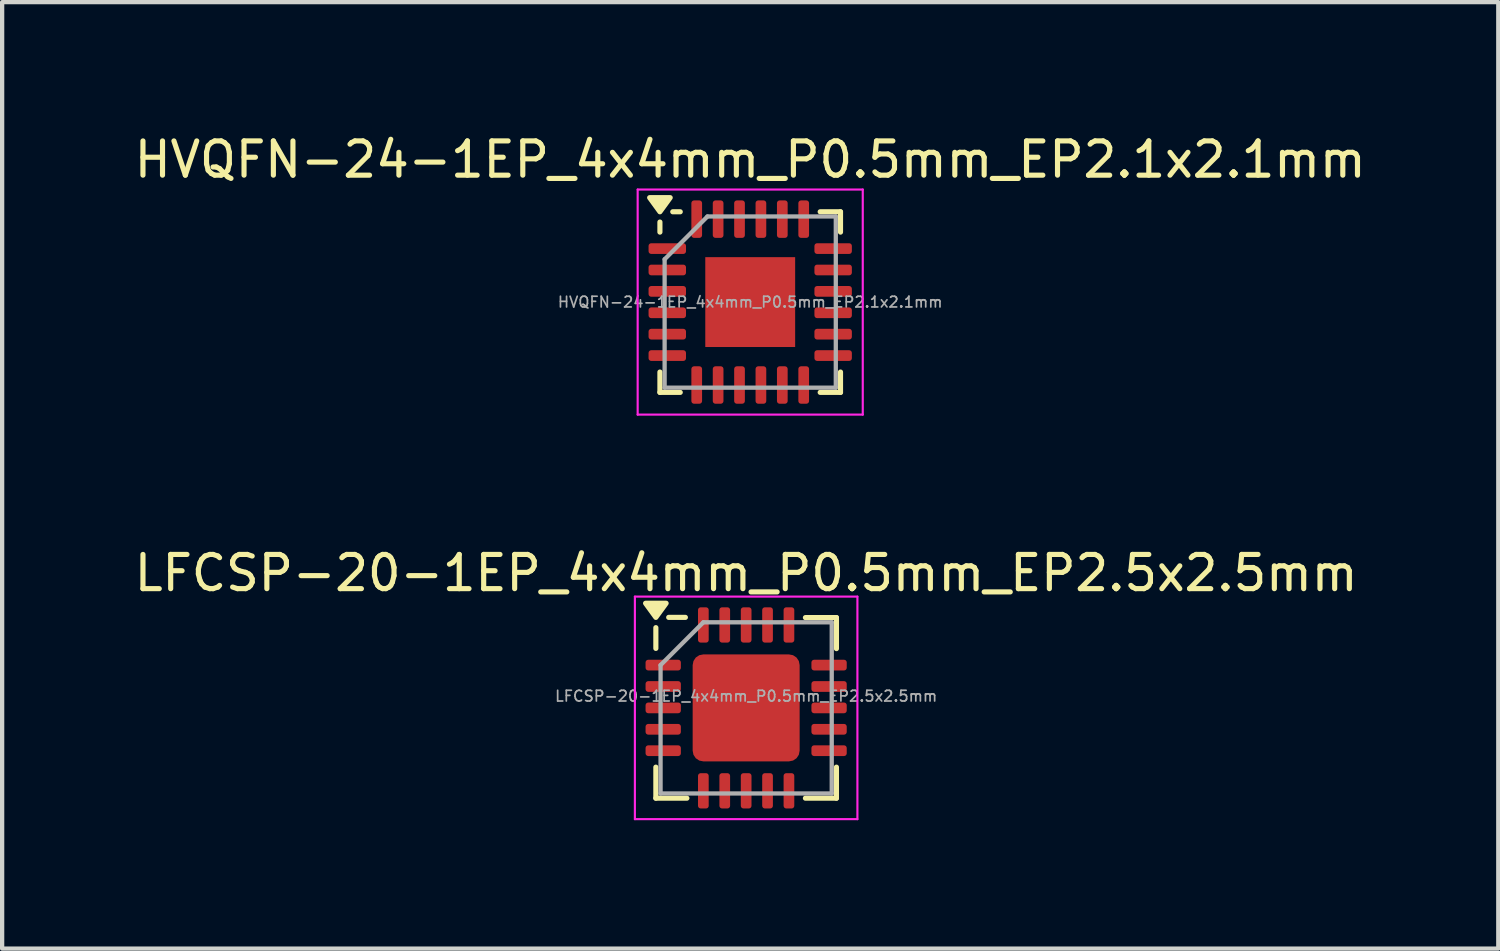
<source format=kicad_pcb>
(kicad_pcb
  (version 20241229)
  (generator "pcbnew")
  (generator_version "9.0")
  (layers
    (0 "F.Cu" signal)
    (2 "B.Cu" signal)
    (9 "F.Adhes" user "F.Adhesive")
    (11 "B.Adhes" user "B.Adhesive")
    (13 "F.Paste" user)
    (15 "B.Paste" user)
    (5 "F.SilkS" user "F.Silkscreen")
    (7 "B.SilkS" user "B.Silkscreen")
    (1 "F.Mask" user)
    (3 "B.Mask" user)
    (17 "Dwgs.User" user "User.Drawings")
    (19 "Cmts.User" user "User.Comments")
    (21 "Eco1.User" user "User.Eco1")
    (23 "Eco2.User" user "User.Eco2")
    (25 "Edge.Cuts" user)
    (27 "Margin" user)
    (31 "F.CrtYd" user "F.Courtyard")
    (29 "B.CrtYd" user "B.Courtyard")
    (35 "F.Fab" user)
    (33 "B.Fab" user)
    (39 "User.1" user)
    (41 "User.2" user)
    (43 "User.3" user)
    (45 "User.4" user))
  (footprint "LFCSP-20-1EP_4x4mm_P0.5mm_EP2.5x2.5mm"
    (layer "F.Cu")
    (at 14.386 13.492)
    (property "Reference" "LFCSP-20-1EP_4x4mm_P0.5mm_EP2.5x2.5mm" (at 0 -3.15 0) (layer "F.SilkS") (effects (font (size 0.8 0.8) (thickness 0.12))))
    (attr smd)
    (fp_line (start -2.11 -1.39) (end -2.11 -1.875) (stroke (width 0.12) (type solid)) (layer "F.SilkS"))
    (fp_line (start -2.11 2.11) (end -2.11 1.385) (stroke (width 0.12) (type solid)) (layer "F.SilkS"))
    (fp_line (start -1.42 -2.115) (end -1.81 -2.115) (stroke (width 0.12) (type solid)) (layer "F.SilkS"))
    (fp_line (start -1.385 2.11) (end -2.11 2.11) (stroke (width 0.12) (type solid)) (layer "F.SilkS"))
    (fp_line (start 1.385 -2.11) (end 2.11 -2.11) (stroke (width 0.12) (type solid)) (layer "F.SilkS"))
    (fp_line (start 1.385 2.11) (end 2.11 2.11) (stroke (width 0.12) (type solid)) (layer "F.SilkS"))
    (fp_line (start 2.11 -2.11) (end 2.11 -1.385) (stroke (width 0.12) (type solid)) (layer "F.SilkS"))
    (fp_line (start 2.11 2.11) (end 2.11 1.385) (stroke (width 0.12) (type solid)) (layer "F.SilkS"))
    (fp_poly (pts (xy -2.11 -2.115) (xy -2.35 -2.445) (xy -1.87 -2.445) (xy -2.11 -2.115)) (stroke (width 0.12) (type solid)) (fill yes) (layer "F.SilkS"))
    (fp_line (start -2.6 -2.6) (end -2.6 2.6) (stroke (width 0.05) (type solid)) (layer "F.CrtYd"))
    (fp_line (start -2.6 2.6) (end 2.6 2.6) (stroke (width 0.05) (type solid)) (layer "F.CrtYd"))
    (fp_line (start 2.6 -2.6) (end -2.6 -2.6) (stroke (width 0.05) (type solid)) (layer "F.CrtYd"))
    (fp_line (start 2.6 2.6) (end 2.6 -2.6) (stroke (width 0.05) (type solid)) (layer "F.CrtYd"))
    (fp_line (start -2 -1) (end -1 -2) (stroke (width 0.1) (type solid)) (layer "F.Fab"))
    (fp_line (start -2 2) (end -2 -1) (stroke (width 0.1) (type solid)) (layer "F.Fab"))
    (fp_line (start -1 -2) (end 2 -2) (stroke (width 0.1) (type solid)) (layer "F.Fab"))
    (fp_line (start 2 -2) (end 2 2) (stroke (width 0.1) (type solid)) (layer "F.Fab"))
    (fp_line (start 2 2) (end -2 2) (stroke (width 0.1) (type solid)) (layer "F.Fab"))
    (fp_text user "${REFERENCE}" (at 0 -0.275 0) (layer "F.Fab") (effects (font (size 0.25 0.25) (thickness 0.04))))
    (pad "" smd roundrect (at -0.625 -0.625) (size 1.01 1.01) (layers "F.Paste") (roundrect_rratio 0.248))
    (pad "" smd roundrect (at -0.625 0.625) (size 1.01 1.01) (layers "F.Paste") (roundrect_rratio 0.248))
    (pad "" smd roundrect (at 0.625 -0.625) (size 1.01 1.01) (layers "F.Paste") (roundrect_rratio 0.248))
    (pad "" smd roundrect (at 0.625 0.625) (size 1.01 1.01) (layers "F.Paste") (roundrect_rratio 0.248))
    (pad "1" smd roundrect (at -1.938 -1) (size 0.825 0.25) (layers "F.Cu" "F.Mask" "F.Paste") (roundrect_rratio 0.25))
    (pad "2" smd roundrect (at -1.938 -0.5) (size 0.825 0.25) (layers "F.Cu" "F.Mask" "F.Paste") (roundrect_rratio 0.25))
    (pad "3" smd roundrect (at -1.938 0) (size 0.825 0.25) (layers "F.Cu" "F.Mask" "F.Paste") (roundrect_rratio 0.25))
    (pad "4" smd roundrect (at -1.938 0.5) (size 0.825 0.25) (layers "F.Cu" "F.Mask" "F.Paste") (roundrect_rratio 0.25))
    (pad "5" smd roundrect (at -1.938 1) (size 0.825 0.25) (layers "F.Cu" "F.Mask" "F.Paste") (roundrect_rratio 0.25))
    (pad "6" smd roundrect (at -1 1.938) (size 0.25 0.825) (layers "F.Cu" "F.Mask" "F.Paste") (roundrect_rratio 0.25))
    (pad "7" smd roundrect (at -0.5 1.938) (size 0.25 0.825) (layers "F.Cu" "F.Mask" "F.Paste") (roundrect_rratio 0.25))
    (pad "8" smd roundrect (at 0 1.938) (size 0.25 0.825) (layers "F.Cu" "F.Mask" "F.Paste") (roundrect_rratio 0.25))
    (pad "9" smd roundrect (at 0.5 1.938) (size 0.25 0.825) (layers "F.Cu" "F.Mask" "F.Paste") (roundrect_rratio 0.25))
    (pad "10" smd roundrect (at 1 1.938) (size 0.25 0.825) (layers "F.Cu" "F.Mask" "F.Paste") (roundrect_rratio 0.25))
    (pad "11" smd roundrect (at 1.938 1) (size 0.825 0.25) (layers "F.Cu" "F.Mask" "F.Paste") (roundrect_rratio 0.25))
    (pad "12" smd roundrect (at 1.938 0.5) (size 0.825 0.25) (layers "F.Cu" "F.Mask" "F.Paste") (roundrect_rratio 0.25))
    (pad "13" smd roundrect (at 1.938 0) (size 0.825 0.25) (layers "F.Cu" "F.Mask" "F.Paste") (roundrect_rratio 0.25))
    (pad "14" smd roundrect (at 1.938 -0.5) (size 0.825 0.25) (layers "F.Cu" "F.Mask" "F.Paste") (roundrect_rratio 0.25))
    (pad "15" smd roundrect (at 1.938 -1) (size 0.825 0.25) (layers "F.Cu" "F.Mask" "F.Paste") (roundrect_rratio 0.25))
    (pad "16" smd roundrect (at 1 -1.938) (size 0.25 0.825) (layers "F.Cu" "F.Mask" "F.Paste") (roundrect_rratio 0.25))
    (pad "17" smd roundrect (at 0.5 -1.938) (size 0.25 0.825) (layers "F.Cu" "F.Mask" "F.Paste") (roundrect_rratio 0.25))
    (pad "18" smd roundrect (at 0 -1.938) (size 0.25 0.825) (layers "F.Cu" "F.Mask" "F.Paste") (roundrect_rratio 0.25))
    (pad "19" smd roundrect (at -0.5 -1.938) (size 0.25 0.825) (layers "F.Cu" "F.Mask" "F.Paste") (roundrect_rratio 0.25))
    (pad "20" smd roundrect (at -1 -1.938) (size 0.25 0.825) (layers "F.Cu" "F.Mask" "F.Paste") (roundrect_rratio 0.25))
    (pad "21" smd roundrect (at 0 0) (size 2.5 2.5) (layers "F.Cu" "F.Mask") (roundrect_rratio 0.1)))
  (footprint "HVQFN-24-1EP_4x4mm_P0.5mm_EP2.1x2.1mm"
    (layer "F.Cu")
    (at 14.481 4.009)
    (property "Reference" "HVQFN-24-1EP_4x4mm_P0.5mm_EP2.1x2.1mm" (at 0 -3.33 0) (layer "F.SilkS") (effects (font (size 0.8 0.8) (thickness 0.12))))
    (attr smd)
    (fp_line (start -2.11 -1.635) (end -2.11 -1.87) (stroke (width 0.12) (type solid)) (layer "F.SilkS"))
    (fp_line (start -2.11 2.11) (end -2.11 1.635) (stroke (width 0.12) (type solid)) (layer "F.SilkS"))
    (fp_line (start -1.635 -2.11) (end -1.81 -2.11) (stroke (width 0.12) (type solid)) (layer "F.SilkS"))
    (fp_line (start -1.635 2.11) (end -2.11 2.11) (stroke (width 0.12) (type solid)) (layer "F.SilkS"))
    (fp_line (start 1.635 -2.11) (end 2.11 -2.11) (stroke (width 0.12) (type solid)) (layer "F.SilkS"))
    (fp_line (start 1.635 2.11) (end 2.11 2.11) (stroke (width 0.12) (type solid)) (layer "F.SilkS"))
    (fp_line (start 2.11 -2.11) (end 2.11 -1.635) (stroke (width 0.12) (type solid)) (layer "F.SilkS"))
    (fp_line (start 2.11 2.11) (end 2.11 1.635) (stroke (width 0.12) (type solid)) (layer "F.SilkS"))
    (fp_poly (pts (xy -2.11 -2.11) (xy -2.35 -2.44) (xy -1.87 -2.44) (xy -2.11 -2.11)) (stroke (width 0.12) (type solid)) (fill yes) (layer "F.SilkS"))
    (fp_line (start -2.63 -2.63) (end -2.63 2.63) (stroke (width 0.05) (type solid)) (layer "F.CrtYd"))
    (fp_line (start -2.63 2.63) (end 2.63 2.63) (stroke (width 0.05) (type solid)) (layer "F.CrtYd"))
    (fp_line (start 2.63 -2.63) (end -2.63 -2.63) (stroke (width 0.05) (type solid)) (layer "F.CrtYd"))
    (fp_line (start 2.63 2.63) (end 2.63 -2.63) (stroke (width 0.05) (type solid)) (layer "F.CrtYd"))
    (fp_line (start -2 -1) (end -1 -2) (stroke (width 0.1) (type solid)) (layer "F.Fab"))
    (fp_line (start -2 2) (end -2 -1) (stroke (width 0.1) (type solid)) (layer "F.Fab"))
    (fp_line (start -1 -2) (end 2 -2) (stroke (width 0.1) (type solid)) (layer "F.Fab"))
    (fp_line (start 2 -2) (end 2 2) (stroke (width 0.1) (type solid)) (layer "F.Fab"))
    (fp_line (start 2 2) (end -2 2) (stroke (width 0.1) (type solid)) (layer "F.Fab"))
    (fp_text user "${REFERENCE}" (at 0 0 180) (layer "F.Fab") (effects (font (size 0.25 0.25) (thickness 0.04))))
    (pad "" smd roundrect (at -0.7 -0.7) (size 0.56 0.56) (layers "F.Paste") (roundrect_rratio 0.25))
    (pad "" smd roundrect (at -0.7 0) (size 0.56 0.56) (layers "F.Paste") (roundrect_rratio 0.25))
    (pad "" smd roundrect (at -0.7 0.7) (size 0.56 0.56) (layers "F.Paste") (roundrect_rratio 0.25))
    (pad "" smd roundrect (at 0 -0.7) (size 0.56 0.56) (layers "F.Paste") (roundrect_rratio 0.25))
    (pad "" smd roundrect (at 0 0) (size 0.56 0.56) (layers "F.Paste") (roundrect_rratio 0.25))
    (pad "" smd roundrect (at 0 0.7) (size 0.56 0.56) (layers "F.Paste") (roundrect_rratio 0.25))
    (pad "" smd roundrect (at 0.7 -0.7) (size 0.56 0.56) (layers "F.Paste") (roundrect_rratio 0.25))
    (pad "" smd roundrect (at 0.7 0) (size 0.56 0.56) (layers "F.Paste") (roundrect_rratio 0.25))
    (pad "" smd roundrect (at 0.7 0.7) (size 0.56 0.56) (layers "F.Paste") (roundrect_rratio 0.25))
    (pad "1" smd roundrect (at -1.938 -1.25) (size 0.875 0.25) (layers "F.Cu" "F.Mask" "F.Paste") (roundrect_rratio 0.25))
    (pad "2" smd roundrect (at -1.938 -0.75) (size 0.875 0.25) (layers "F.Cu" "F.Mask" "F.Paste") (roundrect_rratio 0.25))
    (pad "3" smd roundrect (at -1.938 -0.25) (size 0.875 0.25) (layers "F.Cu" "F.Mask" "F.Paste") (roundrect_rratio 0.25))
    (pad "4" smd roundrect (at -1.938 0.25) (size 0.875 0.25) (layers "F.Cu" "F.Mask" "F.Paste") (roundrect_rratio 0.25))
    (pad "5" smd roundrect (at -1.938 0.75) (size 0.875 0.25) (layers "F.Cu" "F.Mask" "F.Paste") (roundrect_rratio 0.25))
    (pad "6" smd roundrect (at -1.938 1.25) (size 0.875 0.25) (layers "F.Cu" "F.Mask" "F.Paste") (roundrect_rratio 0.25))
    (pad "7" smd roundrect (at -1.25 1.938) (size 0.25 0.875) (layers "F.Cu" "F.Mask" "F.Paste") (roundrect_rratio 0.25))
    (pad "8" smd roundrect (at -0.75 1.938) (size 0.25 0.875) (layers "F.Cu" "F.Mask" "F.Paste") (roundrect_rratio 0.25))
    (pad "9" smd roundrect (at -0.25 1.938) (size 0.25 0.875) (layers "F.Cu" "F.Mask" "F.Paste") (roundrect_rratio 0.25))
    (pad "10" smd roundrect (at 0.25 1.938) (size 0.25 0.875) (layers "F.Cu" "F.Mask" "F.Paste") (roundrect_rratio 0.25))
    (pad "11" smd roundrect (at 0.75 1.938) (size 0.25 0.875) (layers "F.Cu" "F.Mask" "F.Paste") (roundrect_rratio 0.25))
    (pad "12" smd roundrect (at 1.25 1.938) (size 0.25 0.875) (layers "F.Cu" "F.Mask" "F.Paste") (roundrect_rratio 0.25))
    (pad "13" smd roundrect (at 1.938 1.25) (size 0.875 0.25) (layers "F.Cu" "F.Mask" "F.Paste") (roundrect_rratio 0.25))
    (pad "14" smd roundrect (at 1.938 0.75) (size 0.875 0.25) (layers "F.Cu" "F.Mask" "F.Paste") (roundrect_rratio 0.25))
    (pad "15" smd roundrect (at 1.938 0.25) (size 0.875 0.25) (layers "F.Cu" "F.Mask" "F.Paste") (roundrect_rratio 0.25))
    (pad "16" smd roundrect (at 1.938 -0.25) (size 0.875 0.25) (layers "F.Cu" "F.Mask" "F.Paste") (roundrect_rratio 0.25))
    (pad "17" smd roundrect (at 1.938 -0.75) (size 0.875 0.25) (layers "F.Cu" "F.Mask" "F.Paste") (roundrect_rratio 0.25))
    (pad "18" smd roundrect (at 1.938 -1.25) (size 0.875 0.25) (layers "F.Cu" "F.Mask" "F.Paste") (roundrect_rratio 0.25))
    (pad "19" smd roundrect (at 1.25 -1.938) (size 0.25 0.875) (layers "F.Cu" "F.Mask" "F.Paste") (roundrect_rratio 0.25))
    (pad "20" smd roundrect (at 0.75 -1.938) (size 0.25 0.875) (layers "F.Cu" "F.Mask" "F.Paste") (roundrect_rratio 0.25))
    (pad "21" smd roundrect (at 0.25 -1.938) (size 0.25 0.875) (layers "F.Cu" "F.Mask" "F.Paste") (roundrect_rratio 0.25))
    (pad "22" smd roundrect (at -0.25 -1.938) (size 0.25 0.875) (layers "F.Cu" "F.Mask" "F.Paste") (roundrect_rratio 0.25))
    (pad "23" smd roundrect (at -0.75 -1.938) (size 0.25 0.875) (layers "F.Cu" "F.Mask" "F.Paste") (roundrect_rratio 0.25))
    (pad "24" smd roundrect (at -1.25 -1.938) (size 0.25 0.875) (layers "F.Cu" "F.Mask" "F.Paste") (roundrect_rratio 0.25))
    (pad "25" smd rect (at 0 0) (size 2.1 2.1) (property pad_prop_heatsink) (layers "F.Cu" "F.Mask")))
  (gr_rect
    (start -3 -3)
    (end 31.962 19.117)
    (stroke (width 0.1) (type default))
    (fill no)
    (layer "Edge.Cuts")))
</source>
